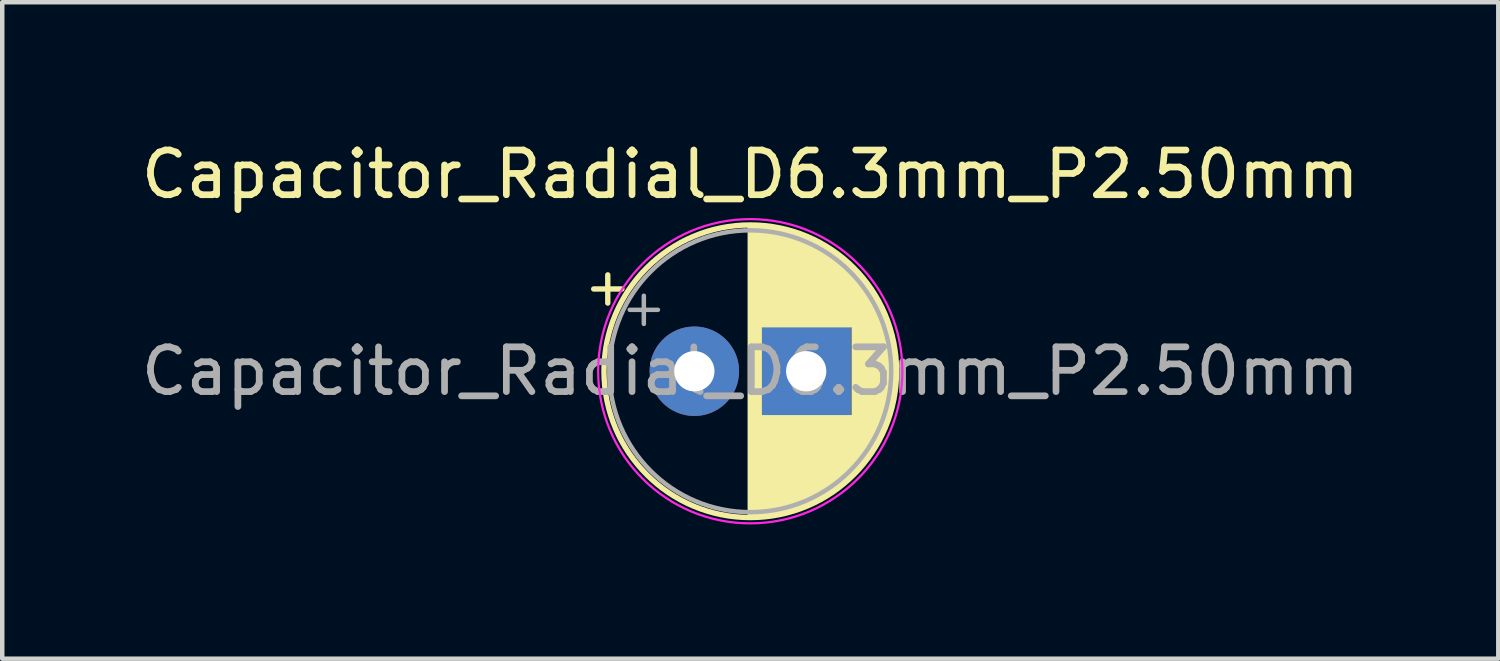
<source format=kicad_pcb>
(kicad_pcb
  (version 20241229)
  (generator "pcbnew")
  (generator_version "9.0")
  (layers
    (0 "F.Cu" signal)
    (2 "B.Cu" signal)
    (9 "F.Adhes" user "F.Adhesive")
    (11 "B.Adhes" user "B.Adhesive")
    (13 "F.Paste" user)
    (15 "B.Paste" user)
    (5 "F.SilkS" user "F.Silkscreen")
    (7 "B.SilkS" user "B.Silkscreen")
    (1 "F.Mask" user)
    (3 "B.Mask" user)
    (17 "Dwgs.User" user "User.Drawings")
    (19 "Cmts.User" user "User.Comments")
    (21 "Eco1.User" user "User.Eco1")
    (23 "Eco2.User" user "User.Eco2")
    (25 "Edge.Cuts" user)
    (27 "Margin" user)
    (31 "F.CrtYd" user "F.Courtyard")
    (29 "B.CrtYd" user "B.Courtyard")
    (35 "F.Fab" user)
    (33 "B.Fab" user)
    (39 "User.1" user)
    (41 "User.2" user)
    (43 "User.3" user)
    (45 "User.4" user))
  (footprint "Capacitor_Radial_D6.3mm_P2.50mm"
    (layer "F.Cu")
    (at 12.47 5.248)
    (property "Reference" "Capacitor_Radial_D6.3mm_P2.50mm" (at 1.25 -4.4 0) (layer "F.SilkS") (effects (font (size 1 1) (thickness 0.15))))
    (attr through_hole)
    (fp_line (start -2.25 -1.839) (end -1.62 -1.839) (stroke (width 0.12) (type solid)) (layer "F.SilkS"))
    (fp_line (start -1.935 -2.154) (end -1.935 -1.524) (stroke (width 0.12) (type solid)) (layer "F.SilkS"))
    (fp_line (start 1.25 -3.23) (end 1.25 3.23) (stroke (width 0.12) (type solid)) (layer "F.SilkS"))
    (fp_line (start 1.29 -3.23) (end 1.29 3.23) (stroke (width 0.12) (type solid)) (layer "F.SilkS"))
    (fp_line (start 1.33 -3.23) (end 1.33 3.23) (stroke (width 0.12) (type solid)) (layer "F.SilkS"))
    (fp_line (start 1.37 -3.228) (end 1.37 3.228) (stroke (width 0.12) (type solid)) (layer "F.SilkS"))
    (fp_line (start 1.41 -3.227) (end 1.41 3.227) (stroke (width 0.12) (type solid)) (layer "F.SilkS"))
    (fp_line (start 1.45 -3.224) (end 1.45 3.224) (stroke (width 0.12) (type solid)) (layer "F.SilkS"))
    (fp_line (start 1.49 -3.222) (end 1.49 -1.04) (stroke (width 0.12) (type solid)) (layer "F.SilkS"))
    (fp_line (start 1.49 1.04) (end 1.49 3.222) (stroke (width 0.12) (type solid)) (layer "F.SilkS"))
    (fp_line (start 1.53 -3.218) (end 1.53 -1.04) (stroke (width 0.12) (type solid)) (layer "F.SilkS"))
    (fp_line (start 1.53 1.04) (end 1.53 3.218) (stroke (width 0.12) (type solid)) (layer "F.SilkS"))
    (fp_line (start 1.57 -3.215) (end 1.57 -1.04) (stroke (width 0.12) (type solid)) (layer "F.SilkS"))
    (fp_line (start 1.57 1.04) (end 1.57 3.215) (stroke (width 0.12) (type solid)) (layer "F.SilkS"))
    (fp_line (start 1.61 -3.211) (end 1.61 -1.04) (stroke (width 0.12) (type solid)) (layer "F.SilkS"))
    (fp_line (start 1.61 1.04) (end 1.61 3.211) (stroke (width 0.12) (type solid)) (layer "F.SilkS"))
    (fp_line (start 1.65 -3.206) (end 1.65 -1.04) (stroke (width 0.12) (type solid)) (layer "F.SilkS"))
    (fp_line (start 1.65 1.04) (end 1.65 3.206) (stroke (width 0.12) (type solid)) (layer "F.SilkS"))
    (fp_line (start 1.69 -3.201) (end 1.69 -1.04) (stroke (width 0.12) (type solid)) (layer "F.SilkS"))
    (fp_line (start 1.69 1.04) (end 1.69 3.201) (stroke (width 0.12) (type solid)) (layer "F.SilkS"))
    (fp_line (start 1.73 -3.195) (end 1.73 -1.04) (stroke (width 0.12) (type solid)) (layer "F.SilkS"))
    (fp_line (start 1.73 1.04) (end 1.73 3.195) (stroke (width 0.12) (type solid)) (layer "F.SilkS"))
    (fp_line (start 1.77 -3.189) (end 1.77 -1.04) (stroke (width 0.12) (type solid)) (layer "F.SilkS"))
    (fp_line (start 1.77 1.04) (end 1.77 3.189) (stroke (width 0.12) (type solid)) (layer "F.SilkS"))
    (fp_line (start 1.81 -3.182) (end 1.81 -1.04) (stroke (width 0.12) (type solid)) (layer "F.SilkS"))
    (fp_line (start 1.81 1.04) (end 1.81 3.182) (stroke (width 0.12) (type solid)) (layer "F.SilkS"))
    (fp_line (start 1.85 -3.175) (end 1.85 -1.04) (stroke (width 0.12) (type solid)) (layer "F.SilkS"))
    (fp_line (start 1.85 1.04) (end 1.85 3.175) (stroke (width 0.12) (type solid)) (layer "F.SilkS"))
    (fp_line (start 1.89 -3.167) (end 1.89 -1.04) (stroke (width 0.12) (type solid)) (layer "F.SilkS"))
    (fp_line (start 1.89 1.04) (end 1.89 3.167) (stroke (width 0.12) (type solid)) (layer "F.SilkS"))
    (fp_line (start 1.93 -3.159) (end 1.93 -1.04) (stroke (width 0.12) (type solid)) (layer "F.SilkS"))
    (fp_line (start 1.93 1.04) (end 1.93 3.159) (stroke (width 0.12) (type solid)) (layer "F.SilkS"))
    (fp_line (start 1.971 -3.15) (end 1.971 -1.04) (stroke (width 0.12) (type solid)) (layer "F.SilkS"))
    (fp_line (start 1.971 1.04) (end 1.971 3.15) (stroke (width 0.12) (type solid)) (layer "F.SilkS"))
    (fp_line (start 2.011 -3.141) (end 2.011 -1.04) (stroke (width 0.12) (type solid)) (layer "F.SilkS"))
    (fp_line (start 2.011 1.04) (end 2.011 3.141) (stroke (width 0.12) (type solid)) (layer "F.SilkS"))
    (fp_line (start 2.051 -3.131) (end 2.051 -1.04) (stroke (width 0.12) (type solid)) (layer "F.SilkS"))
    (fp_line (start 2.051 1.04) (end 2.051 3.131) (stroke (width 0.12) (type solid)) (layer "F.SilkS"))
    (fp_line (start 2.091 -3.121) (end 2.091 -1.04) (stroke (width 0.12) (type solid)) (layer "F.SilkS"))
    (fp_line (start 2.091 1.04) (end 2.091 3.121) (stroke (width 0.12) (type solid)) (layer "F.SilkS"))
    (fp_line (start 2.131 -3.11) (end 2.131 -1.04) (stroke (width 0.12) (type solid)) (layer "F.SilkS"))
    (fp_line (start 2.131 1.04) (end 2.131 3.11) (stroke (width 0.12) (type solid)) (layer "F.SilkS"))
    (fp_line (start 2.171 -3.098) (end 2.171 -1.04) (stroke (width 0.12) (type solid)) (layer "F.SilkS"))
    (fp_line (start 2.171 1.04) (end 2.171 3.098) (stroke (width 0.12) (type solid)) (layer "F.SilkS"))
    (fp_line (start 2.211 -3.086) (end 2.211 -1.04) (stroke (width 0.12) (type solid)) (layer "F.SilkS"))
    (fp_line (start 2.211 1.04) (end 2.211 3.086) (stroke (width 0.12) (type solid)) (layer "F.SilkS"))
    (fp_line (start 2.251 -3.074) (end 2.251 -1.04) (stroke (width 0.12) (type solid)) (layer "F.SilkS"))
    (fp_line (start 2.251 1.04) (end 2.251 3.074) (stroke (width 0.12) (type solid)) (layer "F.SilkS"))
    (fp_line (start 2.291 -3.061) (end 2.291 -1.04) (stroke (width 0.12) (type solid)) (layer "F.SilkS"))
    (fp_line (start 2.291 1.04) (end 2.291 3.061) (stroke (width 0.12) (type solid)) (layer "F.SilkS"))
    (fp_line (start 2.331 -3.047) (end 2.331 -1.04) (stroke (width 0.12) (type solid)) (layer "F.SilkS"))
    (fp_line (start 2.331 1.04) (end 2.331 3.047) (stroke (width 0.12) (type solid)) (layer "F.SilkS"))
    (fp_line (start 2.371 -3.033) (end 2.371 -1.04) (stroke (width 0.12) (type solid)) (layer "F.SilkS"))
    (fp_line (start 2.371 1.04) (end 2.371 3.033) (stroke (width 0.12) (type solid)) (layer "F.SilkS"))
    (fp_line (start 2.411 -3.018) (end 2.411 -1.04) (stroke (width 0.12) (type solid)) (layer "F.SilkS"))
    (fp_line (start 2.411 1.04) (end 2.411 3.018) (stroke (width 0.12) (type solid)) (layer "F.SilkS"))
    (fp_line (start 2.451 -3.002) (end 2.451 -1.04) (stroke (width 0.12) (type solid)) (layer "F.SilkS"))
    (fp_line (start 2.451 1.04) (end 2.451 3.002) (stroke (width 0.12) (type solid)) (layer "F.SilkS"))
    (fp_line (start 2.491 -2.986) (end 2.491 -1.04) (stroke (width 0.12) (type solid)) (layer "F.SilkS"))
    (fp_line (start 2.491 1.04) (end 2.491 2.986) (stroke (width 0.12) (type solid)) (layer "F.SilkS"))
    (fp_line (start 2.531 -2.97) (end 2.531 -1.04) (stroke (width 0.12) (type solid)) (layer "F.SilkS"))
    (fp_line (start 2.531 1.04) (end 2.531 2.97) (stroke (width 0.12) (type solid)) (layer "F.SilkS"))
    (fp_line (start 2.571 -2.952) (end 2.571 -1.04) (stroke (width 0.12) (type solid)) (layer "F.SilkS"))
    (fp_line (start 2.571 1.04) (end 2.571 2.952) (stroke (width 0.12) (type solid)) (layer "F.SilkS"))
    (fp_line (start 2.611 -2.934) (end 2.611 -1.04) (stroke (width 0.12) (type solid)) (layer "F.SilkS"))
    (fp_line (start 2.611 1.04) (end 2.611 2.934) (stroke (width 0.12) (type solid)) (layer "F.SilkS"))
    (fp_line (start 2.651 -2.916) (end 2.651 -1.04) (stroke (width 0.12) (type solid)) (layer "F.SilkS"))
    (fp_line (start 2.651 1.04) (end 2.651 2.916) (stroke (width 0.12) (type solid)) (layer "F.SilkS"))
    (fp_line (start 2.691 -2.896) (end 2.691 -1.04) (stroke (width 0.12) (type solid)) (layer "F.SilkS"))
    (fp_line (start 2.691 1.04) (end 2.691 2.896) (stroke (width 0.12) (type solid)) (layer "F.SilkS"))
    (fp_line (start 2.731 -2.876) (end 2.731 -1.04) (stroke (width 0.12) (type solid)) (layer "F.SilkS"))
    (fp_line (start 2.731 1.04) (end 2.731 2.876) (stroke (width 0.12) (type solid)) (layer "F.SilkS"))
    (fp_line (start 2.771 -2.856) (end 2.771 -1.04) (stroke (width 0.12) (type solid)) (layer "F.SilkS"))
    (fp_line (start 2.771 1.04) (end 2.771 2.856) (stroke (width 0.12) (type solid)) (layer "F.SilkS"))
    (fp_line (start 2.811 -2.834) (end 2.811 -1.04) (stroke (width 0.12) (type solid)) (layer "F.SilkS"))
    (fp_line (start 2.811 1.04) (end 2.811 2.834) (stroke (width 0.12) (type solid)) (layer "F.SilkS"))
    (fp_line (start 2.851 -2.812) (end 2.851 -1.04) (stroke (width 0.12) (type solid)) (layer "F.SilkS"))
    (fp_line (start 2.851 1.04) (end 2.851 2.812) (stroke (width 0.12) (type solid)) (layer "F.SilkS"))
    (fp_line (start 2.891 -2.79) (end 2.891 -1.04) (stroke (width 0.12) (type solid)) (layer "F.SilkS"))
    (fp_line (start 2.891 1.04) (end 2.891 2.79) (stroke (width 0.12) (type solid)) (layer "F.SilkS"))
    (fp_line (start 2.931 -2.766) (end 2.931 -1.04) (stroke (width 0.12) (type solid)) (layer "F.SilkS"))
    (fp_line (start 2.931 1.04) (end 2.931 2.766) (stroke (width 0.12) (type solid)) (layer "F.SilkS"))
    (fp_line (start 2.971 -2.742) (end 2.971 -1.04) (stroke (width 0.12) (type solid)) (layer "F.SilkS"))
    (fp_line (start 2.971 1.04) (end 2.971 2.742) (stroke (width 0.12) (type solid)) (layer "F.SilkS"))
    (fp_line (start 3.011 -2.716) (end 3.011 -1.04) (stroke (width 0.12) (type solid)) (layer "F.SilkS"))
    (fp_line (start 3.011 1.04) (end 3.011 2.716) (stroke (width 0.12) (type solid)) (layer "F.SilkS"))
    (fp_line (start 3.051 -2.69) (end 3.051 -1.04) (stroke (width 0.12) (type solid)) (layer "F.SilkS"))
    (fp_line (start 3.051 1.04) (end 3.051 2.69) (stroke (width 0.12) (type solid)) (layer "F.SilkS"))
    (fp_line (start 3.091 -2.664) (end 3.091 -1.04) (stroke (width 0.12) (type solid)) (layer "F.SilkS"))
    (fp_line (start 3.091 1.04) (end 3.091 2.664) (stroke (width 0.12) (type solid)) (layer "F.SilkS"))
    (fp_line (start 3.131 -2.636) (end 3.131 -1.04) (stroke (width 0.12) (type solid)) (layer "F.SilkS"))
    (fp_line (start 3.131 1.04) (end 3.131 2.636) (stroke (width 0.12) (type solid)) (layer "F.SilkS"))
    (fp_line (start 3.171 -2.607) (end 3.171 -1.04) (stroke (width 0.12) (type solid)) (layer "F.SilkS"))
    (fp_line (start 3.171 1.04) (end 3.171 2.607) (stroke (width 0.12) (type solid)) (layer "F.SilkS"))
    (fp_line (start 3.211 -2.578) (end 3.211 -1.04) (stroke (width 0.12) (type solid)) (layer "F.SilkS"))
    (fp_line (start 3.211 1.04) (end 3.211 2.578) (stroke (width 0.12) (type solid)) (layer "F.SilkS"))
    (fp_line (start 3.251 -2.548) (end 3.251 -1.04) (stroke (width 0.12) (type solid)) (layer "F.SilkS"))
    (fp_line (start 3.251 1.04) (end 3.251 2.548) (stroke (width 0.12) (type solid)) (layer "F.SilkS"))
    (fp_line (start 3.291 -2.516) (end 3.291 -1.04) (stroke (width 0.12) (type solid)) (layer "F.SilkS"))
    (fp_line (start 3.291 1.04) (end 3.291 2.516) (stroke (width 0.12) (type solid)) (layer "F.SilkS"))
    (fp_line (start 3.331 -2.484) (end 3.331 -1.04) (stroke (width 0.12) (type solid)) (layer "F.SilkS"))
    (fp_line (start 3.331 1.04) (end 3.331 2.484) (stroke (width 0.12) (type solid)) (layer "F.SilkS"))
    (fp_line (start 3.371 -2.45) (end 3.371 -1.04) (stroke (width 0.12) (type solid)) (layer "F.SilkS"))
    (fp_line (start 3.371 1.04) (end 3.371 2.45) (stroke (width 0.12) (type solid)) (layer "F.SilkS"))
    (fp_line (start 3.411 -2.416) (end 3.411 -1.04) (stroke (width 0.12) (type solid)) (layer "F.SilkS"))
    (fp_line (start 3.411 1.04) (end 3.411 2.416) (stroke (width 0.12) (type solid)) (layer "F.SilkS"))
    (fp_line (start 3.451 -2.38) (end 3.451 -1.04) (stroke (width 0.12) (type solid)) (layer "F.SilkS"))
    (fp_line (start 3.451 1.04) (end 3.451 2.38) (stroke (width 0.12) (type solid)) (layer "F.SilkS"))
    (fp_line (start 3.491 -2.343) (end 3.491 -1.04) (stroke (width 0.12) (type solid)) (layer "F.SilkS"))
    (fp_line (start 3.491 1.04) (end 3.491 2.343) (stroke (width 0.12) (type solid)) (layer "F.SilkS"))
    (fp_line (start 3.531 -2.305) (end 3.531 -1.04) (stroke (width 0.12) (type solid)) (layer "F.SilkS"))
    (fp_line (start 3.531 1.04) (end 3.531 2.305) (stroke (width 0.12) (type solid)) (layer "F.SilkS"))
    (fp_line (start 3.571 -2.265) (end 3.571 2.265) (stroke (width 0.12) (type solid)) (layer "F.SilkS"))
    (fp_line (start 3.611 -2.224) (end 3.611 2.224) (stroke (width 0.12) (type solid)) (layer "F.SilkS"))
    (fp_line (start 3.651 -2.182) (end 3.651 2.182) (stroke (width 0.12) (type solid)) (layer "F.SilkS"))
    (fp_line (start 3.691 -2.137) (end 3.691 2.137) (stroke (width 0.12) (type solid)) (layer "F.SilkS"))
    (fp_line (start 3.731 -2.092) (end 3.731 2.092) (stroke (width 0.12) (type solid)) (layer "F.SilkS"))
    (fp_line (start 3.771 -2.044) (end 3.771 2.044) (stroke (width 0.12) (type solid)) (layer "F.SilkS"))
    (fp_line (start 3.811 -1.995) (end 3.811 1.995) (stroke (width 0.12) (type solid)) (layer "F.SilkS"))
    (fp_line (start 3.851 -1.944) (end 3.851 1.944) (stroke (width 0.12) (type solid)) (layer "F.SilkS"))
    (fp_line (start 3.891 -1.89) (end 3.891 1.89) (stroke (width 0.12) (type solid)) (layer "F.SilkS"))
    (fp_line (start 3.931 -1.834) (end 3.931 1.834) (stroke (width 0.12) (type solid)) (layer "F.SilkS"))
    (fp_line (start 3.971 -1.776) (end 3.971 1.776) (stroke (width 0.12) (type solid)) (layer "F.SilkS"))
    (fp_line (start 4.011 -1.714) (end 4.011 1.714) (stroke (width 0.12) (type solid)) (layer "F.SilkS"))
    (fp_line (start 4.051 -1.65) (end 4.051 1.65) (stroke (width 0.12) (type solid)) (layer "F.SilkS"))
    (fp_line (start 4.091 -1.581) (end 4.091 1.581) (stroke (width 0.12) (type solid)) (layer "F.SilkS"))
    (fp_line (start 4.131 -1.509) (end 4.131 1.509) (stroke (width 0.12) (type solid)) (layer "F.SilkS"))
    (fp_line (start 4.171 -1.432) (end 4.171 1.432) (stroke (width 0.12) (type solid)) (layer "F.SilkS"))
    (fp_line (start 4.211 -1.35) (end 4.211 1.35) (stroke (width 0.12) (type solid)) (layer "F.SilkS"))
    (fp_line (start 4.251 -1.262) (end 4.251 1.262) (stroke (width 0.12) (type solid)) (layer "F.SilkS"))
    (fp_line (start 4.291 -1.165) (end 4.291 1.165) (stroke (width 0.12) (type solid)) (layer "F.SilkS"))
    (fp_line (start 4.331 -1.059) (end 4.331 1.059) (stroke (width 0.12) (type solid)) (layer "F.SilkS"))
    (fp_line (start 4.371 -0.94) (end 4.371 0.94) (stroke (width 0.12) (type solid)) (layer "F.SilkS"))
    (fp_line (start 4.411 -0.802) (end 4.411 0.802) (stroke (width 0.12) (type solid)) (layer "F.SilkS"))
    (fp_line (start 4.451 -0.633) (end 4.451 0.633) (stroke (width 0.12) (type solid)) (layer "F.SilkS"))
    (fp_line (start 4.491 -0.402) (end 4.491 0.402) (stroke (width 0.12) (type solid)) (layer "F.SilkS"))
    (fp_circle (center 1.25 0) (end 4.52 0) (stroke (width 0.12) (type solid)) (fill no) (layer "F.SilkS"))
    (fp_circle (center 1.25 0) (end 4.65 0) (stroke (width 0.05) (type solid)) (fill no) (layer "F.CrtYd"))
    (fp_line (start -1.444 -1.373) (end -0.814 -1.373) (stroke (width 0.1) (type solid)) (layer "F.Fab"))
    (fp_line (start -1.129 -1.688) (end -1.129 -1.058) (stroke (width 0.1) (type solid)) (layer "F.Fab"))
    (fp_circle (center 1.25 0) (end 4.4 0) (stroke (width 0.1) (type solid)) (fill no) (layer "F.Fab"))
    (fp_text user "${REFERENCE}" (at 1.25 0 0) (layer "F.Fab") (effects (font (size 1 1) (thickness 0.15))))
    (pad "1" thru_hole circle (at 0 0) (size 2 2) (drill 0.9) (layers "*.Cu" "*.Mask"))
    (pad "2" thru_hole rect (at 2.5 0) (size 2 2) (drill 0.9) (layers "*.Cu" "*.Mask")))
  (gr_rect
    (start -3 -3)
    (end 30.44 11.673)
    (stroke (width 0.1) (type default))
    (fill no)
    (layer "Edge.Cuts")))
</source>
